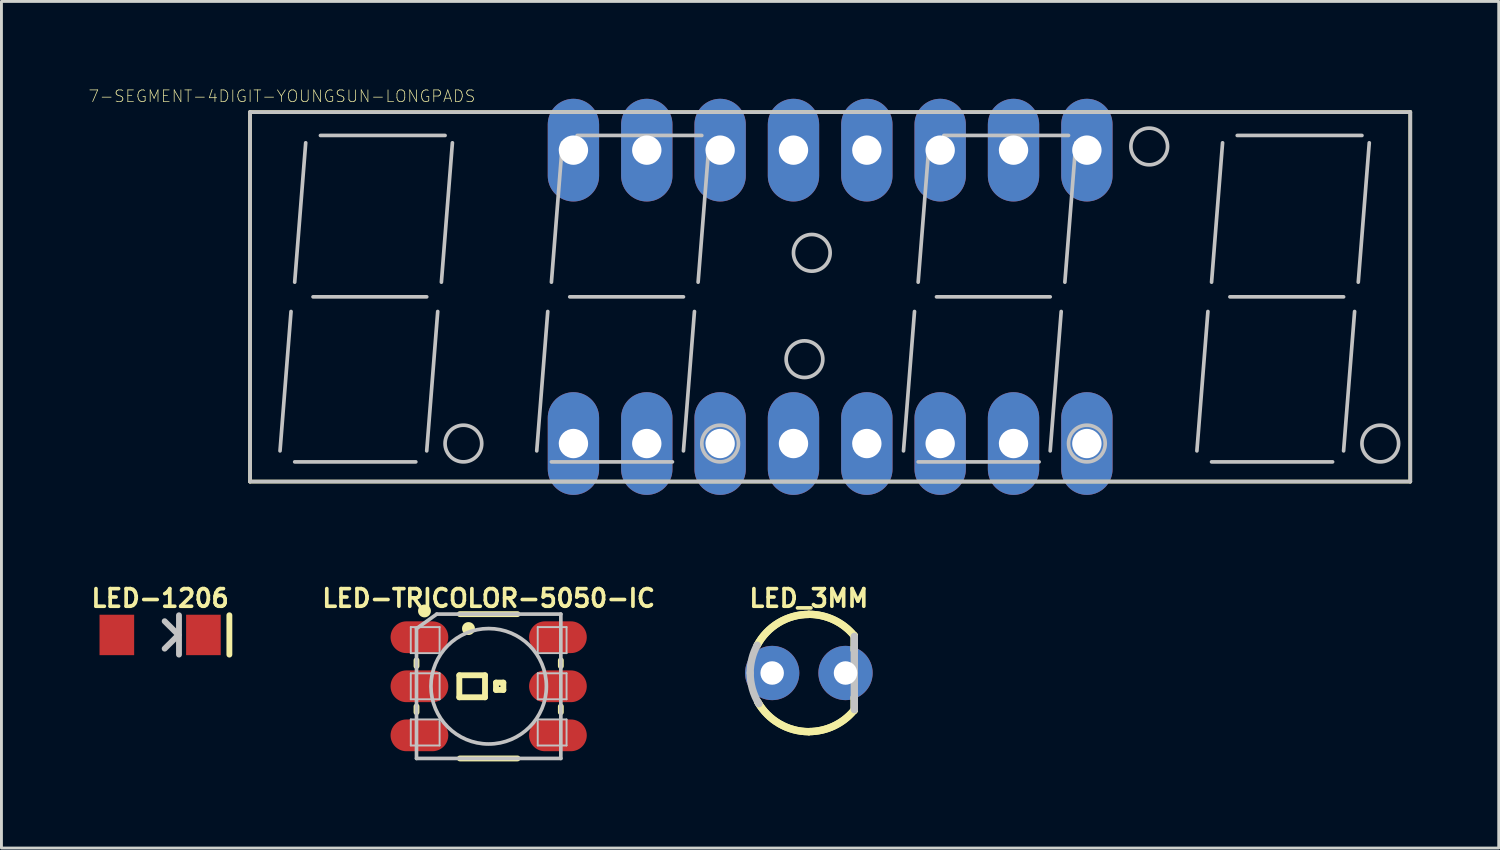
<source format=kicad_pcb>
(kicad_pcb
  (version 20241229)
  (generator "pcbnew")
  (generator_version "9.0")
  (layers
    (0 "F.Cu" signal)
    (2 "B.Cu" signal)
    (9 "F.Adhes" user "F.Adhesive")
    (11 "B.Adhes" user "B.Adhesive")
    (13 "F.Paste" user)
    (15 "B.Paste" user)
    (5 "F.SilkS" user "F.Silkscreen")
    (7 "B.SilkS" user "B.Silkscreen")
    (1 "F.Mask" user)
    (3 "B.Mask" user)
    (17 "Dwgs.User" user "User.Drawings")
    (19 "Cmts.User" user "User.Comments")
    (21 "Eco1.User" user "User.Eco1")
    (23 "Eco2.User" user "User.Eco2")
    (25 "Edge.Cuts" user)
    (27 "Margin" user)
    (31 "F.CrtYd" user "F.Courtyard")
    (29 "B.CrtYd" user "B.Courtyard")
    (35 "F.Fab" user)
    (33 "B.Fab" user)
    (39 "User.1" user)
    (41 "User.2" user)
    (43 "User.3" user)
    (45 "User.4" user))
  (footprint "7-SEGMENT-4DIGIT-YOUNGSUN-LONGPADS"
    (layer "F.Cu")
    (at 25.697 7.229)
    (property "Reference" "7-SEGMENT-4DIGIT-YOUNGSUN-LONGPADS" (at -18.984 -6.947 0) (layer "F.SilkS") (effects (font (size 0.406 0.406) (thickness 0.025))))
    (attr exclude_from_pos_files exclude_from_bom)
    (fp_line (start -20.089 -6.398) (end -20.089 6.398) (stroke (width 0.127) (type solid)) (layer "F.SilkS"))
    (fp_line (start -20.089 -6.398) (end 20.089 -6.398) (stroke (width 0.127) (type solid)) (layer "F.SilkS"))
    (fp_line (start -20.089 6.398) (end 20.089 6.398) (stroke (width 0.127) (type solid)) (layer "F.SilkS"))
    (fp_line (start 20.089 -6.398) (end 20.089 6.398) (stroke (width 0.127) (type solid)) (layer "F.SilkS"))
    (fp_line (start -20.089 -6.398) (end -20.089 6.398) (stroke (width 0.127) (type solid)) (layer "Dwgs.User"))
    (fp_line (start -20.089 -6.398) (end 20.089 -6.398) (stroke (width 0.127) (type solid)) (layer "Dwgs.User"))
    (fp_line (start -20.089 6.398) (end 20.089 6.398) (stroke (width 0.127) (type solid)) (layer "Dwgs.User"))
    (fp_line (start -18.669 0.508) (end -19.05 5.334) (stroke (width 0.127) (type solid)) (layer "Dwgs.User"))
    (fp_line (start -18.542 5.715) (end -14.348 5.715) (stroke (width 0.127) (type solid)) (layer "Dwgs.User"))
    (fp_line (start -18.161 -5.334) (end -18.542 -0.508) (stroke (width 0.127) (type solid)) (layer "Dwgs.User"))
    (fp_line (start -17.907 0) (end -13.97 0) (stroke (width 0.127) (type solid)) (layer "Dwgs.User"))
    (fp_line (start -17.65 -5.588) (end -13.335 -5.588) (stroke (width 0.127) (type solid)) (layer "Dwgs.User"))
    (fp_line (start -13.589 0.508) (end -13.97 5.334) (stroke (width 0.127) (type solid)) (layer "Dwgs.User"))
    (fp_line (start -13.081 -5.334) (end -13.462 -0.508) (stroke (width 0.127) (type solid)) (layer "Dwgs.User"))
    (fp_line (start -9.779 0.508) (end -10.16 5.334) (stroke (width 0.127) (type solid)) (layer "Dwgs.User"))
    (fp_line (start -9.652 5.715) (end -5.461 5.715) (stroke (width 0.127) (type solid)) (layer "Dwgs.User"))
    (fp_line (start -9.271 -5.334) (end -9.652 -0.508) (stroke (width 0.127) (type solid)) (layer "Dwgs.User"))
    (fp_line (start -9.017 0) (end -5.08 0) (stroke (width 0.127) (type solid)) (layer "Dwgs.User"))
    (fp_line (start -8.76 -5.588) (end -4.445 -5.588) (stroke (width 0.127) (type solid)) (layer "Dwgs.User"))
    (fp_line (start -4.699 0.508) (end -5.08 5.334) (stroke (width 0.127) (type solid)) (layer "Dwgs.User"))
    (fp_line (start -4.191 -5.334) (end -4.572 -0.508) (stroke (width 0.127) (type solid)) (layer "Dwgs.User"))
    (fp_line (start 2.921 0.508) (end 2.54 5.334) (stroke (width 0.127) (type solid)) (layer "Dwgs.User"))
    (fp_line (start 3.048 5.715) (end 7.236 5.715) (stroke (width 0.127) (type solid)) (layer "Dwgs.User"))
    (fp_line (start 3.429 -5.334) (end 3.048 -0.508) (stroke (width 0.127) (type solid)) (layer "Dwgs.User"))
    (fp_line (start 3.683 0) (end 7.62 0) (stroke (width 0.127) (type solid)) (layer "Dwgs.User"))
    (fp_line (start 3.937 -5.588) (end 8.255 -5.588) (stroke (width 0.127) (type solid)) (layer "Dwgs.User"))
    (fp_line (start 8.001 0.508) (end 7.62 5.334) (stroke (width 0.127) (type solid)) (layer "Dwgs.User"))
    (fp_line (start 8.509 -5.334) (end 8.128 -0.508) (stroke (width 0.127) (type solid)) (layer "Dwgs.User"))
    (fp_line (start 13.081 0.508) (end 12.7 5.334) (stroke (width 0.127) (type solid)) (layer "Dwgs.User"))
    (fp_line (start 13.208 5.715) (end 17.399 5.715) (stroke (width 0.127) (type solid)) (layer "Dwgs.User"))
    (fp_line (start 13.589 -5.334) (end 13.208 -0.508) (stroke (width 0.127) (type solid)) (layer "Dwgs.User"))
    (fp_line (start 13.843 0) (end 17.78 0) (stroke (width 0.127) (type solid)) (layer "Dwgs.User"))
    (fp_line (start 14.097 -5.588) (end 18.415 -5.588) (stroke (width 0.127) (type solid)) (layer "Dwgs.User"))
    (fp_line (start 18.161 0.508) (end 17.78 5.334) (stroke (width 0.127) (type solid)) (layer "Dwgs.User"))
    (fp_line (start 18.669 -5.334) (end 18.288 -0.508) (stroke (width 0.127) (type solid)) (layer "Dwgs.User"))
    (fp_line (start 20.089 -6.398) (end 20.089 6.398) (stroke (width 0.127) (type solid)) (layer "Dwgs.User"))
    (fp_circle (center -12.7 5.08) (end -12.7 4.445) (stroke (width 0.127) (type solid)) (fill no) (layer "Dwgs.User"))
    (fp_circle (center -3.81 5.08) (end -3.81 4.445) (stroke (width 0.127) (type solid)) (fill no) (layer "Dwgs.User"))
    (fp_circle (center -0.889 2.159) (end -0.889 1.524) (stroke (width 0.127) (type solid)) (fill no) (layer "Dwgs.User"))
    (fp_circle (center -0.635 -1.524) (end -0.635 -2.159) (stroke (width 0.127) (type solid)) (fill no) (layer "Dwgs.User"))
    (fp_circle (center 8.89 5.08) (end 8.89 4.445) (stroke (width 0.127) (type solid)) (fill no) (layer "Dwgs.User"))
    (fp_circle (center 11.049 -5.207) (end 11.049 -5.842) (stroke (width 0.127) (type solid)) (fill no) (layer "Dwgs.User"))
    (fp_circle (center 19.05 5.08) (end 19.05 4.445) (stroke (width 0.127) (type solid)) (fill no) (layer "Dwgs.User"))
    (pad "1" thru_hole oval (at -8.89 5.08 180) (size 1.778 3.556) (drill 1.016) (layers "*.Cu" "*.Mask"))
    (pad "2" thru_hole oval (at -6.35 5.08 180) (size 1.778 3.556) (drill 1.016) (layers "*.Cu" "*.Mask"))
    (pad "3" thru_hole oval (at -3.81 5.08 180) (size 1.778 3.556) (drill 1.016) (layers "*.Cu" "*.Mask"))
    (pad "4" thru_hole oval (at -1.27 5.08 180) (size 1.778 3.556) (drill 1.016) (layers "*.Cu" "*.Mask"))
    (pad "5" thru_hole oval (at 1.27 5.08 180) (size 1.778 3.556) (drill 1.016) (layers "*.Cu" "*.Mask"))
    (pad "6" thru_hole oval (at 3.81 5.08 180) (size 1.778 3.556) (drill 1.016) (layers "*.Cu" "*.Mask"))
    (pad "7" thru_hole oval (at 6.35 5.08 180) (size 1.778 3.556) (drill 1.016) (layers "*.Cu" "*.Mask"))
    (pad "8" thru_hole oval (at 8.89 5.08 180) (size 1.778 3.556) (drill 1.016) (layers "*.Cu" "*.Mask"))
    (pad "9" thru_hole oval (at 8.89 -5.08 180) (size 1.778 3.556) (drill 1.016) (layers "*.Cu" "*.Mask"))
    (pad "10" thru_hole oval (at 6.35 -5.08 180) (size 1.778 3.556) (drill 1.016) (layers "*.Cu" "*.Mask"))
    (pad "11" thru_hole oval (at 3.81 -5.08 180) (size 1.778 3.556) (drill 1.016) (layers "*.Cu" "*.Mask"))
    (pad "12" thru_hole oval (at 1.27 -5.08 180) (size 1.778 3.556) (drill 1.016) (layers "*.Cu" "*.Mask"))
    (pad "13" thru_hole oval (at -1.27 -5.08 180) (size 1.778 3.556) (drill 1.016) (layers "*.Cu" "*.Mask"))
    (pad "14" thru_hole oval (at -3.81 -5.08 180) (size 1.778 3.556) (drill 1.016) (layers "*.Cu" "*.Mask"))
    (pad "15" thru_hole oval (at -6.35 -5.08 180) (size 1.778 3.556) (drill 1.016) (layers "*.Cu" "*.Mask"))
    (pad "16" thru_hole oval (at -8.89 -5.08 180) (size 1.778 3.556) (drill 1.016) (layers "*.Cu" "*.Mask")))
  (footprint "LED-1206"
    (layer "F.Cu")
    (at 2.495 18.937)
    (property "Reference" "LED-1206" (at 0 -1.27 0) (layer "F.SilkS") (effects (font (size 0.61 0.61) (thickness 0.127))))
    (attr smd)
    (fp_line (start 2.398 -0.681) (end 2.398 0.681) (stroke (width 0.203) (type solid)) (layer "F.SilkS"))
    (fp_line (start 0.635 0) (end 0.157 -0.475) (stroke (width 0.203) (type solid)) (layer "Dwgs.User"))
    (fp_line (start 0.635 0) (end 0.157 0.475) (stroke (width 0.203) (type solid)) (layer "Dwgs.User"))
    (fp_line (start 0.653 -0.681) (end 0.653 0.681) (stroke (width 0.203) (type solid)) (layer "Dwgs.User"))
    (pad "A" smd rect (at -1.499 0) (size 1.199 1.4) (layers "F.Cu" "F.Mask" "F.Paste"))
    (pad "C" smd rect (at 1.499 0) (size 1.199 1.4) (layers "F.Cu" "F.Mask" "F.Paste")))
  (footprint "LED-TRICOLOR-5050-IC"
    (layer "F.Cu")
    (at 13.872 20.715)
    (property "Reference" "LED-TRICOLOR-5050-IC" (at 0 -3.048 0) (layer "F.SilkS") (effects (font (size 0.61 0.61) (thickness 0.127))))
    (attr smd)
    (fp_line (start -2.499 -0.699) (end -2.499 -0.899) (stroke (width 0.203) (type solid)) (layer "F.SilkS"))
    (fp_line (start -2.499 0.899) (end -2.499 0.699) (stroke (width 0.203) (type solid)) (layer "F.SilkS"))
    (fp_line (start -1.016 -0.381) (end -0.127 -0.381) (stroke (width 0.203) (type solid)) (layer "F.SilkS"))
    (fp_line (start -1.016 0.381) (end -1.016 -0.381) (stroke (width 0.203) (type solid)) (layer "F.SilkS"))
    (fp_line (start -0.998 -2.499) (end 0.998 -2.499) (stroke (width 0.203) (type solid)) (layer "F.SilkS"))
    (fp_line (start -0.998 2.499) (end 0.998 2.499) (stroke (width 0.203) (type solid)) (layer "F.SilkS"))
    (fp_line (start -0.127 -0.381) (end -0.127 0.381) (stroke (width 0.203) (type solid)) (layer "F.SilkS"))
    (fp_line (start -0.127 0.381) (end -1.016 0.381) (stroke (width 0.203) (type solid)) (layer "F.SilkS"))
    (fp_line (start 0.254 -0.127) (end 0.508 -0.127) (stroke (width 0.203) (type solid)) (layer "F.SilkS"))
    (fp_line (start 0.254 0.127) (end 0.254 -0.127) (stroke (width 0.203) (type solid)) (layer "F.SilkS"))
    (fp_line (start 0.508 -0.127) (end 0.508 0.127) (stroke (width 0.203) (type solid)) (layer "F.SilkS"))
    (fp_line (start 0.508 0.127) (end 0.254 0.127) (stroke (width 0.203) (type solid)) (layer "F.SilkS"))
    (fp_line (start 2.499 -0.699) (end 2.499 -0.899) (stroke (width 0.203) (type solid)) (layer "F.SilkS"))
    (fp_line (start 2.499 0.899) (end 2.499 0.699) (stroke (width 0.203) (type solid)) (layer "F.SilkS"))
    (fp_circle (center -2.223 -2.609) (end -2.223 -2.832) (stroke (width 0) (type solid)) (fill yes) (layer "F.SilkS"))
    (fp_circle (center -0.699 -1.999) (end -0.699 -2.223) (stroke (width 0) (type solid)) (fill yes) (layer "F.SilkS"))
    (fp_line (start -2.697 -2.05) (end -1.699 -2.05) (stroke (width 0.066) (type solid)) (layer "Dwgs.User"))
    (fp_line (start -2.697 -1.148) (end -2.697 -2.05) (stroke (width 0.066) (type solid)) (layer "Dwgs.User"))
    (fp_line (start -2.697 -1.148) (end -1.699 -1.148) (stroke (width 0.066) (type solid)) (layer "Dwgs.User"))
    (fp_line (start -2.697 -0.45) (end -1.699 -0.45) (stroke (width 0.066) (type solid)) (layer "Dwgs.User"))
    (fp_line (start -2.697 0.45) (end -2.697 -0.45) (stroke (width 0.066) (type solid)) (layer "Dwgs.User"))
    (fp_line (start -2.697 0.45) (end -1.699 0.45) (stroke (width 0.066) (type solid)) (layer "Dwgs.User"))
    (fp_line (start -2.697 1.148) (end -1.699 1.148) (stroke (width 0.066) (type solid)) (layer "Dwgs.User"))
    (fp_line (start -2.697 2.05) (end -2.697 1.148) (stroke (width 0.066) (type solid)) (layer "Dwgs.User"))
    (fp_line (start -2.697 2.05) (end -1.699 2.05) (stroke (width 0.066) (type solid)) (layer "Dwgs.User"))
    (fp_line (start -2.499 -1.999) (end -1.798 -2.499) (stroke (width 0.127) (type solid)) (layer "Dwgs.User"))
    (fp_line (start -2.499 2.499) (end -2.499 -1.999) (stroke (width 0.127) (type solid)) (layer "Dwgs.User"))
    (fp_line (start -1.798 -2.499) (end 2.499 -2.499) (stroke (width 0.127) (type solid)) (layer "Dwgs.User"))
    (fp_line (start -1.699 -1.148) (end -1.699 -2.05) (stroke (width 0.066) (type solid)) (layer "Dwgs.User"))
    (fp_line (start -1.699 0.45) (end -1.699 -0.45) (stroke (width 0.066) (type solid)) (layer "Dwgs.User"))
    (fp_line (start -1.699 2.05) (end -1.699 1.148) (stroke (width 0.066) (type solid)) (layer "Dwgs.User"))
    (fp_line (start 1.699 -2.05) (end 2.697 -2.05) (stroke (width 0.066) (type solid)) (layer "Dwgs.User"))
    (fp_line (start 1.699 -1.148) (end 1.699 -2.05) (stroke (width 0.066) (type solid)) (layer "Dwgs.User"))
    (fp_line (start 1.699 -1.148) (end 2.697 -1.148) (stroke (width 0.066) (type solid)) (layer "Dwgs.User"))
    (fp_line (start 1.699 -0.45) (end 2.697 -0.45) (stroke (width 0.066) (type solid)) (layer "Dwgs.User"))
    (fp_line (start 1.699 0.45) (end 1.699 -0.45) (stroke (width 0.066) (type solid)) (layer "Dwgs.User"))
    (fp_line (start 1.699 0.45) (end 2.697 0.45) (stroke (width 0.066) (type solid)) (layer "Dwgs.User"))
    (fp_line (start 1.699 1.148) (end 2.697 1.148) (stroke (width 0.066) (type solid)) (layer "Dwgs.User"))
    (fp_line (start 1.699 2.05) (end 1.699 1.148) (stroke (width 0.066) (type solid)) (layer "Dwgs.User"))
    (fp_line (start 1.699 2.05) (end 2.697 2.05) (stroke (width 0.066) (type solid)) (layer "Dwgs.User"))
    (fp_line (start 2.499 -2.499) (end 2.499 2.499) (stroke (width 0.127) (type solid)) (layer "Dwgs.User"))
    (fp_line (start 2.499 2.499) (end -2.499 2.499) (stroke (width 0.127) (type solid)) (layer "Dwgs.User"))
    (fp_line (start 2.697 -1.148) (end 2.697 -2.05) (stroke (width 0.066) (type solid)) (layer "Dwgs.User"))
    (fp_line (start 2.697 0.45) (end 2.697 -0.45) (stroke (width 0.066) (type solid)) (layer "Dwgs.User"))
    (fp_line (start 2.697 2.05) (end 2.697 1.148) (stroke (width 0.066) (type solid)) (layer "Dwgs.User"))
    (fp_circle (center 0 0) (end 0 -1.999) (stroke (width 0.127) (type solid)) (fill no) (layer "Dwgs.User"))
    (pad "1" smd oval (at -2.398 -1.699) (size 1.999 1.1) (layers "F.Cu" "F.Mask" "F.Paste"))
    (pad "2" smd oval (at -2.398 0) (size 1.999 1.1) (layers "F.Cu" "F.Mask" "F.Paste"))
    (pad "3" smd oval (at -2.398 1.699) (size 1.999 1.1) (layers "F.Cu" "F.Mask" "F.Paste"))
    (pad "4" smd oval (at 2.398 1.699) (size 1.999 1.1) (layers "F.Cu" "F.Mask" "F.Paste"))
    (pad "5" smd oval (at 2.398 0) (size 1.999 1.1) (layers "F.Cu" "F.Mask" "F.Paste"))
    (pad "6" smd oval (at 2.398 -1.699) (size 1.999 1.1) (layers "F.Cu" "F.Mask" "F.Paste")))
  (footprint "LED_3MM"
    (layer "F.Cu")
    (at 24.959 20.255)
    (property "Reference" "LED_3MM" (at 0 -2.588 0) (layer "F.SilkS") (effects (font (size 0.61 0.61) (thickness 0.127))))
    (attr exclude_from_pos_files exclude_from_bom)
    (fp_line (start 1.575 -1.293) (end 1.575 -0.787) (stroke (width 0.254) (type solid)) (layer "F.SilkS"))
    (fp_line (start 1.575 -1.293) (end 1.575 -0.787) (stroke (width 0.254) (type solid)) (layer "F.SilkS"))
    (fp_line (start 1.575 1.293) (end 1.575 0.838) (stroke (width 0.254) (type solid)) (layer "F.SilkS"))
    (fp_line (start 1.575 1.293) (end 1.575 0.838) (stroke (width 0.254) (type solid)) (layer "F.SilkS"))
    (fp_arc (start -1.7907 -0.95504) (mid -1.044567 -1.739997) (end -0.000975 -2.02946) (stroke (width 0.254) (type solid)) (layer "F.SilkS"))
    (fp_arc (start -1.7907 -0.95504) (mid -1.044567 -1.739997) (end -0.000975 -2.02946) (stroke (width 0.254) (type solid)) (layer "F.SilkS"))
    (fp_arc (start 0 -2.032) (mid 0.860367 -1.840867) (end 1.55888 -1.303426) (stroke (width 0.254) (type solid)) (layer "F.SilkS"))
    (fp_arc (start 0 -2.032) (mid 0.860367 -1.840867) (end 1.55888 -1.303426) (stroke (width 0.254) (type solid)) (layer "F.SilkS"))
    (fp_arc (start 0 2.032) (mid -1.01907 1.757988) (end -1.763299 1.009851) (stroke (width 0.254) (type solid)) (layer "F.SilkS"))
    (fp_arc (start 0 2.032) (mid -1.01907 1.757988) (end -1.763299 1.009851) (stroke (width 0.254) (type solid)) (layer "F.SilkS"))
    (fp_arc (start 1.5494 1.31064) (mid 0.855154 1.840416) (end 0.002552 2.029387) (stroke (width 0.254) (type solid)) (layer "F.SilkS"))
    (fp_arc (start 1.5494 1.31064) (mid 0.855154 1.840416) (end 0.002552 2.029387) (stroke (width 0.254) (type solid)) (layer "F.SilkS"))
    (fp_line (start 1.575 1.27) (end 1.575 -1.27) (stroke (width 0.254) (type solid)) (layer "Dwgs.User"))
    (fp_arc (start -2.032 0) (mid -1.970347 -0.496745) (end -1.78913 -0.963347) (stroke (width 0.254) (type solid)) (layer "Dwgs.User"))
    (fp_arc (start -1.72974 1.06426) (mid -1.954164 0.553076) (end -2.030923 0.0001) (stroke (width 0.254) (type solid)) (layer "Dwgs.User"))
    (pad "A" thru_hole circle (at -1.27 0) (size 1.88 1.88) (drill 0.813) (layers "*.Cu" "*.Mask"))
    (pad "K" thru_hole circle (at 1.27 0) (size 1.88 1.88) (drill 0.813) (layers "*.Cu" "*.Mask")))
  (gr_rect
    (start -3 -3)
    (end 48.849 26.316)
    (stroke (width 0.1) (type default))
    (fill no)
    (layer "Edge.Cuts")))
</source>
